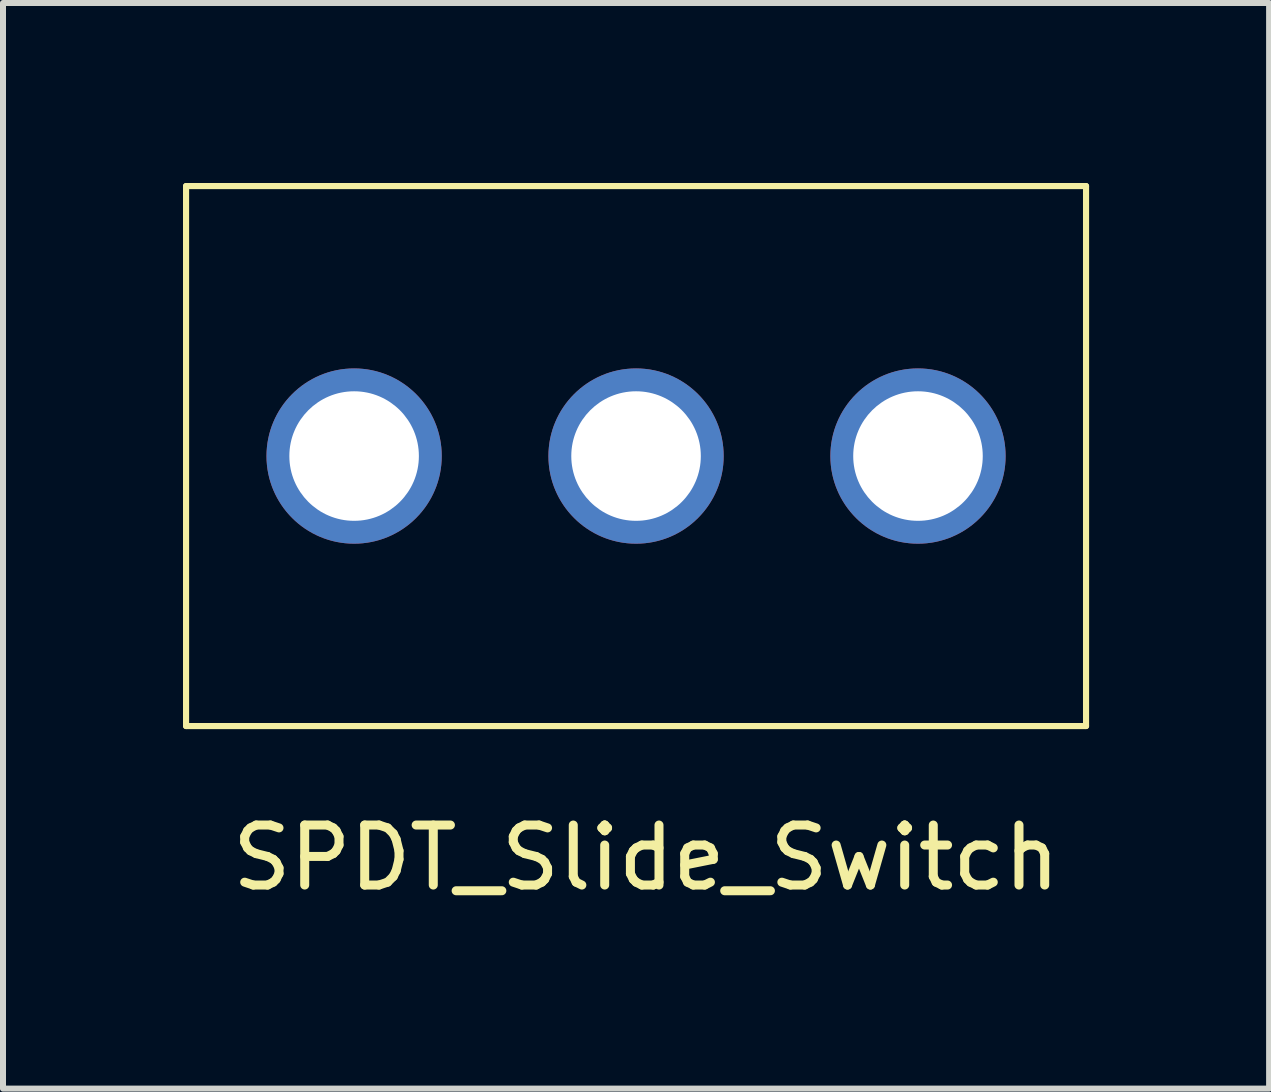
<source format=kicad_pcb>
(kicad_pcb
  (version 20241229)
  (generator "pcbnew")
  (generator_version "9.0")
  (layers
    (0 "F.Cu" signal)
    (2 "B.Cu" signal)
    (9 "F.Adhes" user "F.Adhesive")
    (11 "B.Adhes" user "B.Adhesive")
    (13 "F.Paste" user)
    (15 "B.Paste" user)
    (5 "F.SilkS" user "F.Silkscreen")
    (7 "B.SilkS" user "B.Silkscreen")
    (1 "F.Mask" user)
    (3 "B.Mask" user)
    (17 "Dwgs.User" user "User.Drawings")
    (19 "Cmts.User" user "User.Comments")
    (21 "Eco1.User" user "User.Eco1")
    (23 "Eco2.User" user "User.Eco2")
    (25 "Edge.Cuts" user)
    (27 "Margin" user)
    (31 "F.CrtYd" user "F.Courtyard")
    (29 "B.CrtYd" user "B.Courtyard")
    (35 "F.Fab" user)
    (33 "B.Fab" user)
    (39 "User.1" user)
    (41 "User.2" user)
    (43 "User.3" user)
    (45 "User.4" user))
  (footprint "SPDT_Slide_Switch"
    (layer "F.Cu")
    (at 7.551 4.551)
    (property "Reference" "SPDT_Slide_Switch" (at 0.168 6.695 0) (layer "F.SilkS") (effects (font (size 1 1) (thickness 0.15))))
    (attr through_hole)
    (fp_line (start -7.5 -4.5) (end 7.5 -4.5) (stroke (width 0.102) (type solid)) (layer "F.SilkS"))
    (fp_line (start -7.5 4.5) (end -7.5 -4.5) (stroke (width 0.102) (type solid)) (layer "F.SilkS"))
    (fp_line (start -7.5 4.5) (end 7.5 4.5) (stroke (width 0.102) (type solid)) (layer "F.SilkS"))
    (fp_line (start 7.5 4.5) (end 7.5 -4.5) (stroke (width 0.102) (type solid)) (layer "F.SilkS"))
    (pad "1" thru_hole circle (at -4.699 0) (size 2.921 2.921) (drill 2.159) (layers "*.Cu" "*.Mask"))
    (pad "2" thru_hole circle (at 0 0) (size 2.921 2.921) (drill 2.159) (layers "*.Cu" "*.Mask"))
    (pad "3" thru_hole circle (at 4.699 0) (size 2.921 2.921) (drill 2.159) (layers "*.Cu" "*.Mask")))
  (gr_rect
    (start -3 -3)
    (end 18.102 15.094)
    (stroke (width 0.1) (type default))
    (fill no)
    (layer "Edge.Cuts")))
</source>
